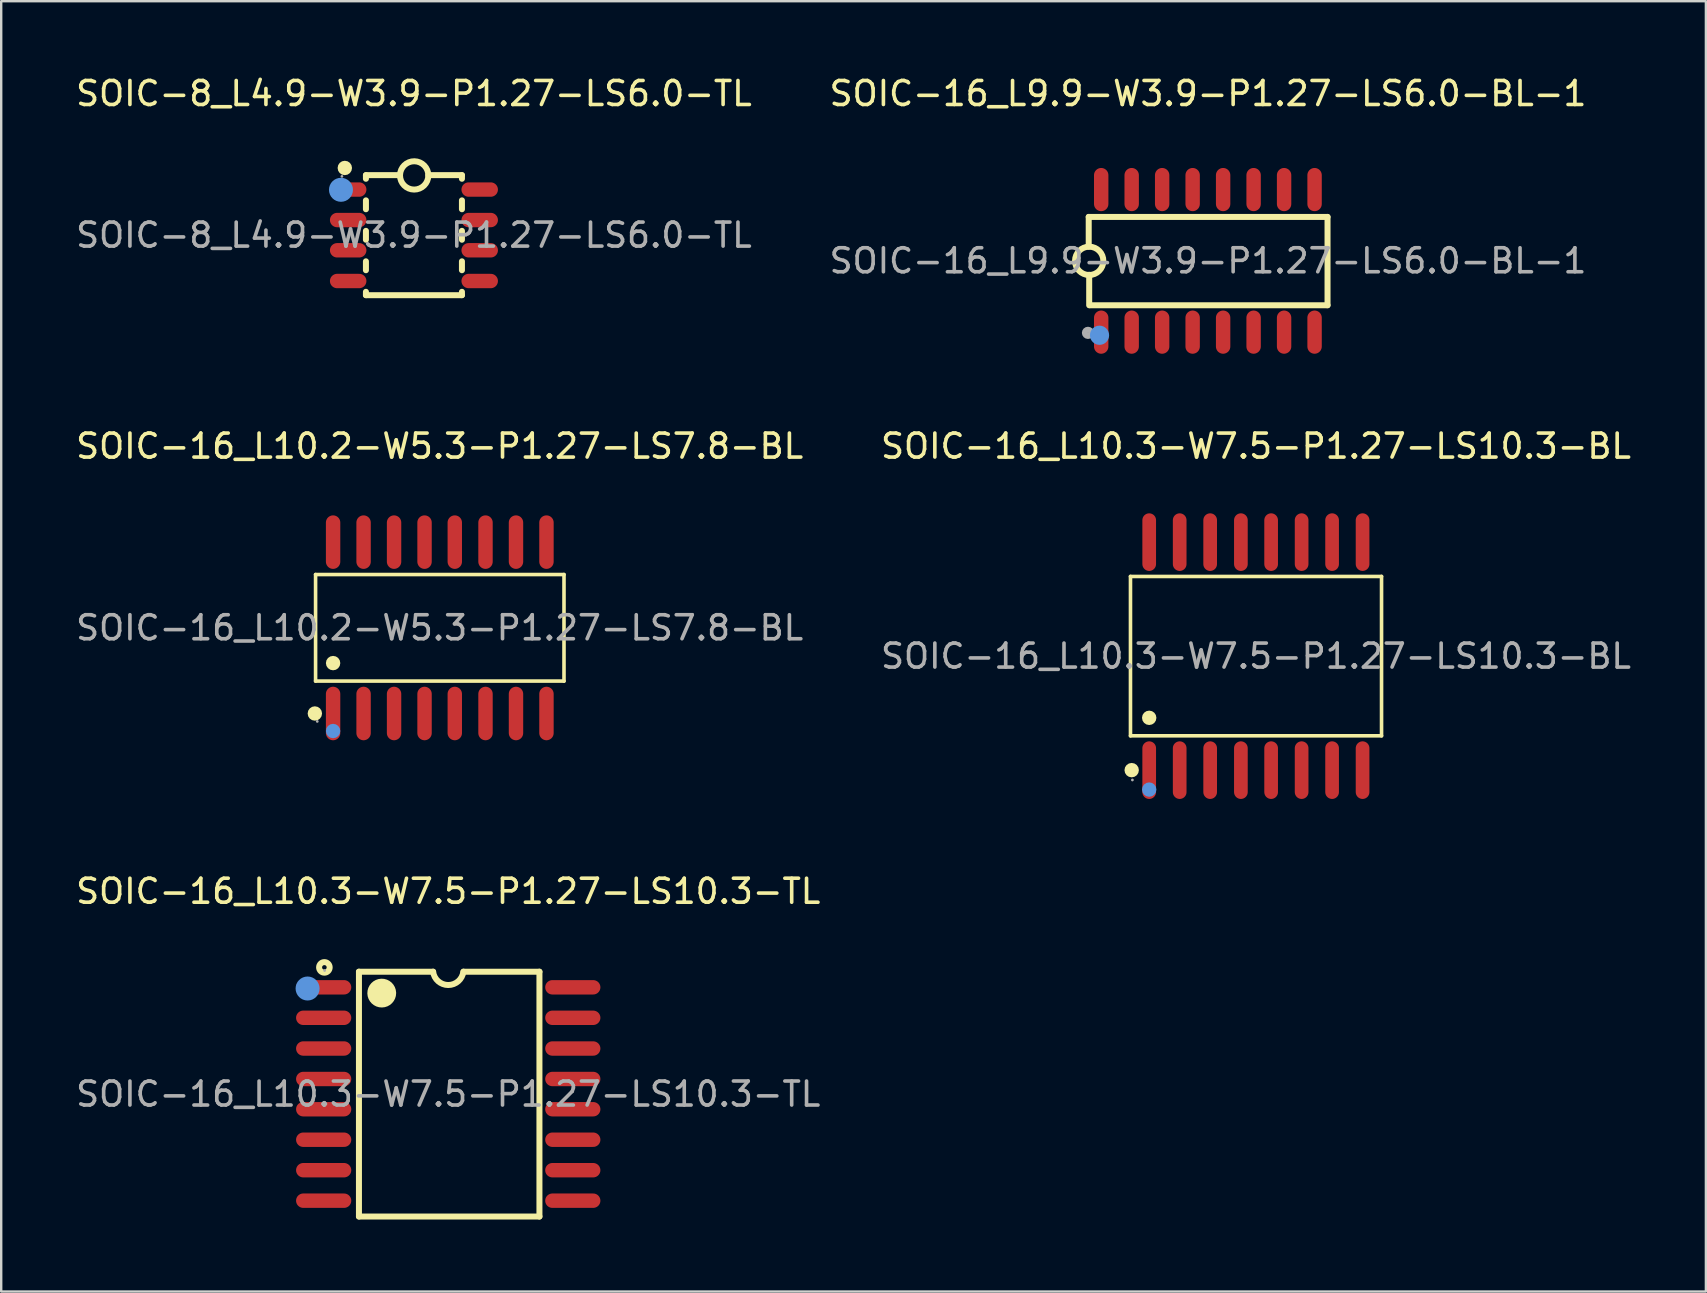
<source format=kicad_pcb>
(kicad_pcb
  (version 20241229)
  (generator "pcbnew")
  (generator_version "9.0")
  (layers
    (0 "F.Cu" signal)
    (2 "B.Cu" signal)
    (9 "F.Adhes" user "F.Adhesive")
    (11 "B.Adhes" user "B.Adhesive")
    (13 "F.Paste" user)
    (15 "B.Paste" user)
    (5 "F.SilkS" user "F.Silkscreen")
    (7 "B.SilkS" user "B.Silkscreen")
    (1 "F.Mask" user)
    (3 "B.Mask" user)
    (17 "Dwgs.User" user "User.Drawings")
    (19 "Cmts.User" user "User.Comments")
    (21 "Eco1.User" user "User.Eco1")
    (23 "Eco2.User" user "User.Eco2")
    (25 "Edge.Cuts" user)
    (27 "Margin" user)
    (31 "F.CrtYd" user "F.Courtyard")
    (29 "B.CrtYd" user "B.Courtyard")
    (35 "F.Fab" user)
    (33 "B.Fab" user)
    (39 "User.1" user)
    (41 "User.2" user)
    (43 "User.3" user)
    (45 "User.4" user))
  (footprint "SOIC-16_L10.2-W5.3-P1.27-LS7.8-BL"
    (layer "F.Cu")
    (at 15.268 23.107)
    (property "Reference" "SOIC-16_L10.2-W5.3-P1.27-LS7.8-BL" (at 0 -7.57 0) (layer "F.SilkS") (effects (font (size 1 1) (thickness 0.15))))
    (attr through_hole)
    (fp_line (start -5.17 -2.22) (end 5.18 -2.22) (stroke (width 0.15) (type solid)) (layer "F.SilkS"))
    (fp_line (start -5.17 2.22) (end -5.17 -2.22) (stroke (width 0.15) (type solid)) (layer "F.SilkS"))
    (fp_line (start 5.18 -2.22) (end 5.18 2.22) (stroke (width 0.15) (type solid)) (layer "F.SilkS"))
    (fp_line (start 5.18 2.22) (end -5.17 2.22) (stroke (width 0.15) (type solid)) (layer "F.SilkS"))
    (fp_circle (center -5.2 3.57) (end -5.05 3.57) (stroke (width 0.3) (type solid)) (fill no) (layer "F.SilkS"))
    (fp_circle (center -4.44 1.47) (end -4.29 1.47) (stroke (width 0.3) (type solid)) (fill no) (layer "F.SilkS"))
    (fp_circle (center -4.44 4.3) (end -4.29 4.3) (stroke (width 0.3) (type solid)) (fill no) (layer "Cmts.User"))
    (fp_circle (center -5.1 3.9) (end -5.07 3.9) (stroke (width 0.06) (type solid)) (fill no) (layer "F.Fab"))
    (fp_text user "${REFERENCE}" (at 0 0 0) (layer "F.Fab") (effects (font (size 1 1) (thickness 0.15))))
    (pad "1" smd oval (at -4.44 3.57) (size 0.6 2.23) (layers "F.Cu" "F.Mask" "F.Paste"))
    (pad "2" smd oval (at -3.17 3.57) (size 0.6 2.23) (layers "F.Cu" "F.Mask" "F.Paste"))
    (pad "3" smd oval (at -1.9 3.57) (size 0.6 2.23) (layers "F.Cu" "F.Mask" "F.Paste"))
    (pad "4" smd oval (at -0.63 3.57) (size 0.6 2.23) (layers "F.Cu" "F.Mask" "F.Paste"))
    (pad "5" smd oval (at 0.63 3.57) (size 0.6 2.23) (layers "F.Cu" "F.Mask" "F.Paste"))
    (pad "6" smd oval (at 1.91 3.57) (size 0.6 2.23) (layers "F.Cu" "F.Mask" "F.Paste"))
    (pad "7" smd oval (at 3.18 3.57) (size 0.6 2.23) (layers "F.Cu" "F.Mask" "F.Paste"))
    (pad "8" smd oval (at 4.45 3.57) (size 0.6 2.23) (layers "F.Cu" "F.Mask" "F.Paste"))
    (pad "9" smd oval (at 4.45 -3.57) (size 0.6 2.23) (layers "F.Cu" "F.Mask" "F.Paste"))
    (pad "10" smd oval (at 3.18 -3.57) (size 0.6 2.23) (layers "F.Cu" "F.Mask" "F.Paste"))
    (pad "11" smd oval (at 1.91 -3.57) (size 0.6 2.23) (layers "F.Cu" "F.Mask" "F.Paste"))
    (pad "12" smd oval (at 0.63 -3.57) (size 0.6 2.23) (layers "F.Cu" "F.Mask" "F.Paste"))
    (pad "13" smd oval (at -0.63 -3.57) (size 0.6 2.23) (layers "F.Cu" "F.Mask" "F.Paste"))
    (pad "14" smd oval (at -1.9 -3.57) (size 0.6 2.23) (layers "F.Cu" "F.Mask" "F.Paste"))
    (pad "15" smd oval (at -3.17 -3.57) (size 0.6 2.23) (layers "F.Cu" "F.Mask" "F.Paste"))
    (pad "16" smd oval (at -4.44 -3.57) (size 0.6 2.23) (layers "F.Cu" "F.Mask" "F.Paste")))
  (footprint "SOIC-16_L10.3-W7.5-P1.27-LS10.3-BL"
    (layer "F.Cu")
    (at 49.28 24.287)
    (property "Reference" "SOIC-16_L10.3-W7.5-P1.27-LS10.3-BL" (at 0 -8.75 0) (layer "F.SilkS") (effects (font (size 1 1) (thickness 0.15))))
    (attr through_hole)
    (fp_line (start -5.23 -3.32) (end 5.23 -3.32) (stroke (width 0.15) (type solid)) (layer "F.SilkS"))
    (fp_line (start -5.23 3.32) (end -5.23 -3.32) (stroke (width 0.15) (type solid)) (layer "F.SilkS"))
    (fp_line (start 5.23 -3.32) (end 5.23 3.32) (stroke (width 0.15) (type solid)) (layer "F.SilkS"))
    (fp_line (start 5.23 3.32) (end -5.23 3.32) (stroke (width 0.15) (type solid)) (layer "F.SilkS"))
    (fp_circle (center -5.18 4.75) (end -5.03 4.75) (stroke (width 0.3) (type solid)) (fill no) (layer "F.SilkS"))
    (fp_circle (center -4.45 2.57) (end -4.3 2.57) (stroke (width 0.3) (type solid)) (fill no) (layer "F.SilkS"))
    (fp_circle (center -4.45 5.56) (end -4.3 5.56) (stroke (width 0.3) (type solid)) (fill no) (layer "Cmts.User"))
    (fp_circle (center -5.15 5.16) (end -5.12 5.16) (stroke (width 0.06) (type solid)) (fill no) (layer "F.Fab"))
    (fp_text user "${REFERENCE}" (at 0 0 0) (layer "F.Fab") (effects (font (size 1 1) (thickness 0.15))))
    (pad "1" smd oval (at -4.45 4.75) (size 0.57 2.4) (layers "F.Cu" "F.Mask" "F.Paste"))
    (pad "2" smd oval (at -3.18 4.75) (size 0.57 2.4) (layers "F.Cu" "F.Mask" "F.Paste"))
    (pad "3" smd oval (at -1.91 4.75) (size 0.57 2.4) (layers "F.Cu" "F.Mask" "F.Paste"))
    (pad "4" smd oval (at -0.63 4.75) (size 0.57 2.4) (layers "F.Cu" "F.Mask" "F.Paste"))
    (pad "5" smd oval (at 0.63 4.75) (size 0.57 2.4) (layers "F.Cu" "F.Mask" "F.Paste"))
    (pad "6" smd oval (at 1.9 4.75) (size 0.57 2.4) (layers "F.Cu" "F.Mask" "F.Paste"))
    (pad "7" smd oval (at 3.17 4.75) (size 0.57 2.4) (layers "F.Cu" "F.Mask" "F.Paste"))
    (pad "8" smd oval (at 4.44 4.75) (size 0.57 2.4) (layers "F.Cu" "F.Mask" "F.Paste"))
    (pad "9" smd oval (at 4.44 -4.75) (size 0.57 2.4) (layers "F.Cu" "F.Mask" "F.Paste"))
    (pad "10" smd oval (at 3.17 -4.75) (size 0.57 2.4) (layers "F.Cu" "F.Mask" "F.Paste"))
    (pad "11" smd oval (at 1.9 -4.75) (size 0.57 2.4) (layers "F.Cu" "F.Mask" "F.Paste"))
    (pad "12" smd oval (at 0.63 -4.75) (size 0.57 2.4) (layers "F.Cu" "F.Mask" "F.Paste"))
    (pad "13" smd oval (at -0.63 -4.75) (size 0.57 2.4) (layers "F.Cu" "F.Mask" "F.Paste"))
    (pad "14" smd oval (at -1.91 -4.75) (size 0.57 2.4) (layers "F.Cu" "F.Mask" "F.Paste"))
    (pad "15" smd oval (at -3.18 -4.75) (size 0.57 2.4) (layers "F.Cu" "F.Mask" "F.Paste"))
    (pad "16" smd oval (at -4.45 -4.75) (size 0.57 2.4) (layers "F.Cu" "F.Mask" "F.Paste")))
  (footprint "SOIC-8_L4.9-W3.9-P1.27-LS6.0-TL"
    (layer "F.Cu")
    (at 14.196 6.748)
    (property "Reference" "SOIC-8_L4.9-W3.9-P1.27-LS6.0-TL" (at 0 -5.9 0) (layer "F.SilkS") (effects (font (size 1 1) (thickness 0.15))))
    (attr through_hole)
    (fp_line (start -2 -2.5) (end -2 -2.35) (stroke (width 0.25) (type solid)) (layer "F.SilkS"))
    (fp_line (start -2 -1.45) (end -2 -1.08) (stroke (width 0.25) (type solid)) (layer "F.SilkS"))
    (fp_line (start -2 -0.18) (end -2 0.19) (stroke (width 0.25) (type solid)) (layer "F.SilkS"))
    (fp_line (start -2 1.09) (end -2 1.46) (stroke (width 0.25) (type solid)) (layer "F.SilkS"))
    (fp_line (start -2 2.36) (end -2 2.5) (stroke (width 0.25) (type solid)) (layer "F.SilkS"))
    (fp_line (start -0.58 -2.5) (end -2 -2.5) (stroke (width 0.25) (type solid)) (layer "F.SilkS"))
    (fp_line (start 2 -2.5) (end 0.6 -2.5) (stroke (width 0.25) (type solid)) (layer "F.SilkS"))
    (fp_line (start 2 -2.5) (end 2 -2.35) (stroke (width 0.25) (type solid)) (layer "F.SilkS"))
    (fp_line (start 2 -1.45) (end 2 -1.08) (stroke (width 0.25) (type solid)) (layer "F.SilkS"))
    (fp_line (start 2 -0.18) (end 2 0.19) (stroke (width 0.25) (type solid)) (layer "F.SilkS"))
    (fp_line (start 2 1.09) (end 2 1.46) (stroke (width 0.25) (type solid)) (layer "F.SilkS"))
    (fp_line (start 2 2.36) (end 2 2.5) (stroke (width 0.25) (type solid)) (layer "F.SilkS"))
    (fp_line (start 2 2.5) (end -2 2.5) (stroke (width 0.25) (type solid)) (layer "F.SilkS"))
    (fp_arc (start -0.57991 -2.500297) (mid 0.599977 -2.484851) (end -0.58 -2.49) (stroke (width 0.25) (type solid)) (layer "F.SilkS"))
    (fp_circle (center -2.88 -2.8) (end -2.73 -2.8) (stroke (width 0.3) (type solid)) (fill no) (layer "F.SilkS"))
    (fp_circle (center -3.04 -1.89) (end -2.79 -1.89) (stroke (width 0.5) (type solid)) (fill no) (layer "Cmts.User"))
    (fp_circle (center -3 -2.45) (end -2.97 -2.45) (stroke (width 0.06) (type solid)) (fill no) (layer "F.Fab"))
    (fp_text user "${REFERENCE}" (at 0 0 0) (layer "F.Fab") (effects (font (size 1 1) (thickness 0.15))))
    (pad "1" smd oval (at -2.74 -1.9 90) (size 0.6 1.52) (layers "F.Cu" "F.Mask" "F.Paste"))
    (pad "2" smd oval (at -2.74 -0.63 90) (size 0.6 1.52) (layers "F.Cu" "F.Mask" "F.Paste"))
    (pad "3" smd oval (at -2.74 0.63 90) (size 0.6 1.52) (layers "F.Cu" "F.Mask" "F.Paste"))
    (pad "4" smd oval (at -2.74 1.91 90) (size 0.6 1.52) (layers "F.Cu" "F.Mask" "F.Paste"))
    (pad "5" smd oval (at 2.74 1.91 90) (size 0.6 1.52) (layers "F.Cu" "F.Mask" "F.Paste"))
    (pad "6" smd oval (at 2.74 0.63 90) (size 0.6 1.52) (layers "F.Cu" "F.Mask" "F.Paste"))
    (pad "7" smd oval (at 2.74 -0.63 90) (size 0.6 1.52) (layers "F.Cu" "F.Mask" "F.Paste"))
    (pad "8" smd oval (at 2.74 -1.9 90) (size 0.6 1.52) (layers "F.Cu" "F.Mask" "F.Paste")))
  (footprint "SOIC-16_L10.3-W7.5-P1.27-LS10.3-TL"
    (layer "F.Cu")
    (at 15.625 42.535)
    (property "Reference" "SOIC-16_L10.3-W7.5-P1.27-LS10.3-TL" (at 0 -8.45 0) (layer "F.SilkS") (effects (font (size 1 1) (thickness 0.15))))
    (attr through_hole)
    (fp_line (start -3.72 -5.1) (end -3.72 5.1) (stroke (width 0.25) (type solid)) (layer "F.SilkS"))
    (fp_line (start -3.72 -5.1) (end -0.63 -5.1) (stroke (width 0.25) (type solid)) (layer "F.SilkS"))
    (fp_line (start -3.72 5.1) (end 3.8 5.1) (stroke (width 0.25) (type solid)) (layer "F.SilkS"))
    (fp_line (start 3.8 -5.1) (end 0.64 -5.1) (stroke (width 0.25) (type solid)) (layer "F.SilkS"))
    (fp_line (start 3.8 5.1) (end 3.8 -5.1) (stroke (width 0.25) (type solid)) (layer "F.SilkS"))
    (fp_arc (start -2.47 -4.21) (mid -3.069958 -4.205) (end -2.470167 -4.219999) (stroke (width 0.6) (type solid)) (layer "F.SilkS"))
    (fp_arc (start 0.630199 -5.101582) (mid 0.000797 -4.544941) (end -0.63 -5.1) (stroke (width 0.25) (type solid)) (layer "F.SilkS"))
    (fp_circle (center -5.16 -5.28) (end -4.94 -5.28) (stroke (width 0.25) (type solid)) (fill no) (layer "F.SilkS"))
    (fp_circle (center -5.86 -4.4) (end -5.61 -4.4) (stroke (width 0.5) (type solid)) (fill no) (layer "Cmts.User"))
    (fp_circle (center -5.15 -5.15) (end -5.12 -5.15) (stroke (width 0.06) (type solid)) (fill no) (layer "F.Fab"))
    (fp_text user "${REFERENCE}" (at 0 0 0) (layer "F.Fab") (effects (font (size 1 1) (thickness 0.15))))
    (pad "1" smd oval (at -5.19 -4.45) (size 2.3 0.6) (layers "F.Cu" "F.Mask" "F.Paste"))
    (pad "2" smd oval (at -5.19 -3.18) (size 2.3 0.6) (layers "F.Cu" "F.Mask" "F.Paste"))
    (pad "3" smd oval (at -5.19 -1.9) (size 2.3 0.6) (layers "F.Cu" "F.Mask" "F.Paste"))
    (pad "4" smd oval (at -5.19 -0.63) (size 2.3 0.6) (layers "F.Cu" "F.Mask" "F.Paste"))
    (pad "5" smd oval (at -5.19 0.63) (size 2.3 0.6) (layers "F.Cu" "F.Mask" "F.Paste"))
    (pad "6" smd oval (at -5.19 1.9) (size 2.3 0.6) (layers "F.Cu" "F.Mask" "F.Paste"))
    (pad "7" smd oval (at -5.19 3.17) (size 2.3 0.6) (layers "F.Cu" "F.Mask" "F.Paste"))
    (pad "8" smd oval (at -5.19 4.44) (size 2.3 0.6) (layers "F.Cu" "F.Mask" "F.Paste"))
    (pad "9" smd oval (at 5.19 4.44) (size 2.3 0.6) (layers "F.Cu" "F.Mask" "F.Paste"))
    (pad "10" smd oval (at 5.19 3.17) (size 2.3 0.6) (layers "F.Cu" "F.Mask" "F.Paste"))
    (pad "11" smd oval (at 5.19 1.9) (size 2.3 0.6) (layers "F.Cu" "F.Mask" "F.Paste"))
    (pad "12" smd oval (at 5.19 0.63) (size 2.3 0.6) (layers "F.Cu" "F.Mask" "F.Paste"))
    (pad "13" smd oval (at 5.19 -0.63) (size 2.3 0.6) (layers "F.Cu" "F.Mask" "F.Paste"))
    (pad "14" smd oval (at 5.19 -1.9) (size 2.3 0.6) (layers "F.Cu" "F.Mask" "F.Paste"))
    (pad "15" smd oval (at 5.19 -3.18) (size 2.3 0.6) (layers "F.Cu" "F.Mask" "F.Paste"))
    (pad "16" smd oval (at 5.19 -4.45) (size 2.3 0.6) (layers "F.Cu" "F.Mask" "F.Paste")))
  (footprint "SOIC-16_L9.9-W3.9-P1.27-LS6.0-BL-1"
    (layer "F.Cu")
    (at 47.28 7.818)
    (property "Reference" "SOIC-16_L9.9-W3.9-P1.27-LS6.0-BL-1" (at 0 -6.97 0) (layer "F.SilkS") (effects (font (size 1 1) (thickness 0.15))))
    (attr through_hole)
    (fp_line (start -4.97 -1.83) (end -4.97 -0.59) (stroke (width 0.25) (type solid)) (layer "F.SilkS"))
    (fp_line (start -4.95 0.58) (end -4.95 1.85) (stroke (width 0.25) (type solid)) (layer "F.SilkS"))
    (fp_line (start -4.92 1.85) (end 4.98 1.85) (stroke (width 0.25) (type solid)) (layer "F.SilkS"))
    (fp_line (start 4.98 -1.83) (end -4.97 -1.83) (stroke (width 0.25) (type solid)) (layer "F.SilkS"))
    (fp_line (start 4.98 1.85) (end 4.98 -1.83) (stroke (width 0.25) (type solid)) (layer "F.SilkS"))
    (fp_arc (start -4.939703 -0.58991) (mid -4.955149 0.589977) (end -4.95 -0.59) (stroke (width 0.25) (type solid)) (layer "F.SilkS"))
    (fp_circle (center -4.52 3.1) (end -4.32 3.1) (stroke (width 0.4) (type solid)) (fill no) (layer "Cmts.User"))
    (fp_circle (center -5 3) (end -4.87 3) (stroke (width 0.25) (type solid)) (fill no) (layer "F.Fab"))
    (fp_text user "${REFERENCE}" (at 0 0 0) (layer "F.Fab") (effects (font (size 1 1) (thickness 0.15))))
    (pad "1" smd oval (at -4.45 2.97 180) (size 0.6 1.8) (layers "F.Cu" "F.Mask" "F.Paste"))
    (pad "2" smd oval (at -3.18 2.97 180) (size 0.6 1.8) (layers "F.Cu" "F.Mask" "F.Paste"))
    (pad "3" smd oval (at -1.91 2.97 180) (size 0.6 1.8) (layers "F.Cu" "F.Mask" "F.Paste"))
    (pad "4" smd oval (at -0.64 2.97 180) (size 0.6 1.8) (layers "F.Cu" "F.Mask" "F.Paste"))
    (pad "5" smd oval (at 0.63 2.97 180) (size 0.6 1.8) (layers "F.Cu" "F.Mask" "F.Paste"))
    (pad "6" smd oval (at 1.9 2.97 180) (size 0.6 1.8) (layers "F.Cu" "F.Mask" "F.Paste"))
    (pad "7" smd oval (at 3.17 2.97 180) (size 0.6 1.8) (layers "F.Cu" "F.Mask" "F.Paste"))
    (pad "8" smd oval (at 4.44 2.97 180) (size 0.6 1.8) (layers "F.Cu" "F.Mask" "F.Paste"))
    (pad "9" smd oval (at 4.44 -2.97 180) (size 0.6 1.8) (layers "F.Cu" "F.Mask" "F.Paste"))
    (pad "10" smd oval (at 3.17 -2.97 180) (size 0.6 1.8) (layers "F.Cu" "F.Mask" "F.Paste"))
    (pad "11" smd oval (at 1.9 -2.97 180) (size 0.6 1.8) (layers "F.Cu" "F.Mask" "F.Paste"))
    (pad "12" smd oval (at 0.63 -2.97 180) (size 0.6 1.8) (layers "F.Cu" "F.Mask" "F.Paste"))
    (pad "13" smd oval (at -0.64 -2.97 180) (size 0.6 1.8) (layers "F.Cu" "F.Mask" "F.Paste"))
    (pad "14" smd oval (at -1.91 -2.97 180) (size 0.6 1.8) (layers "F.Cu" "F.Mask" "F.Paste"))
    (pad "15" smd oval (at -3.18 -2.97 180) (size 0.6 1.8) (layers "F.Cu" "F.Mask" "F.Paste"))
    (pad "16" smd oval (at -4.45 -2.97 180) (size 0.6 1.8) (layers "F.Cu" "F.Mask" "F.Paste")))
  (gr_rect
    (start -3 -3)
    (end 68.024 50.76)
    (stroke (width 0.1) (type default))
    (fill no)
    (layer "Edge.Cuts")))
</source>
